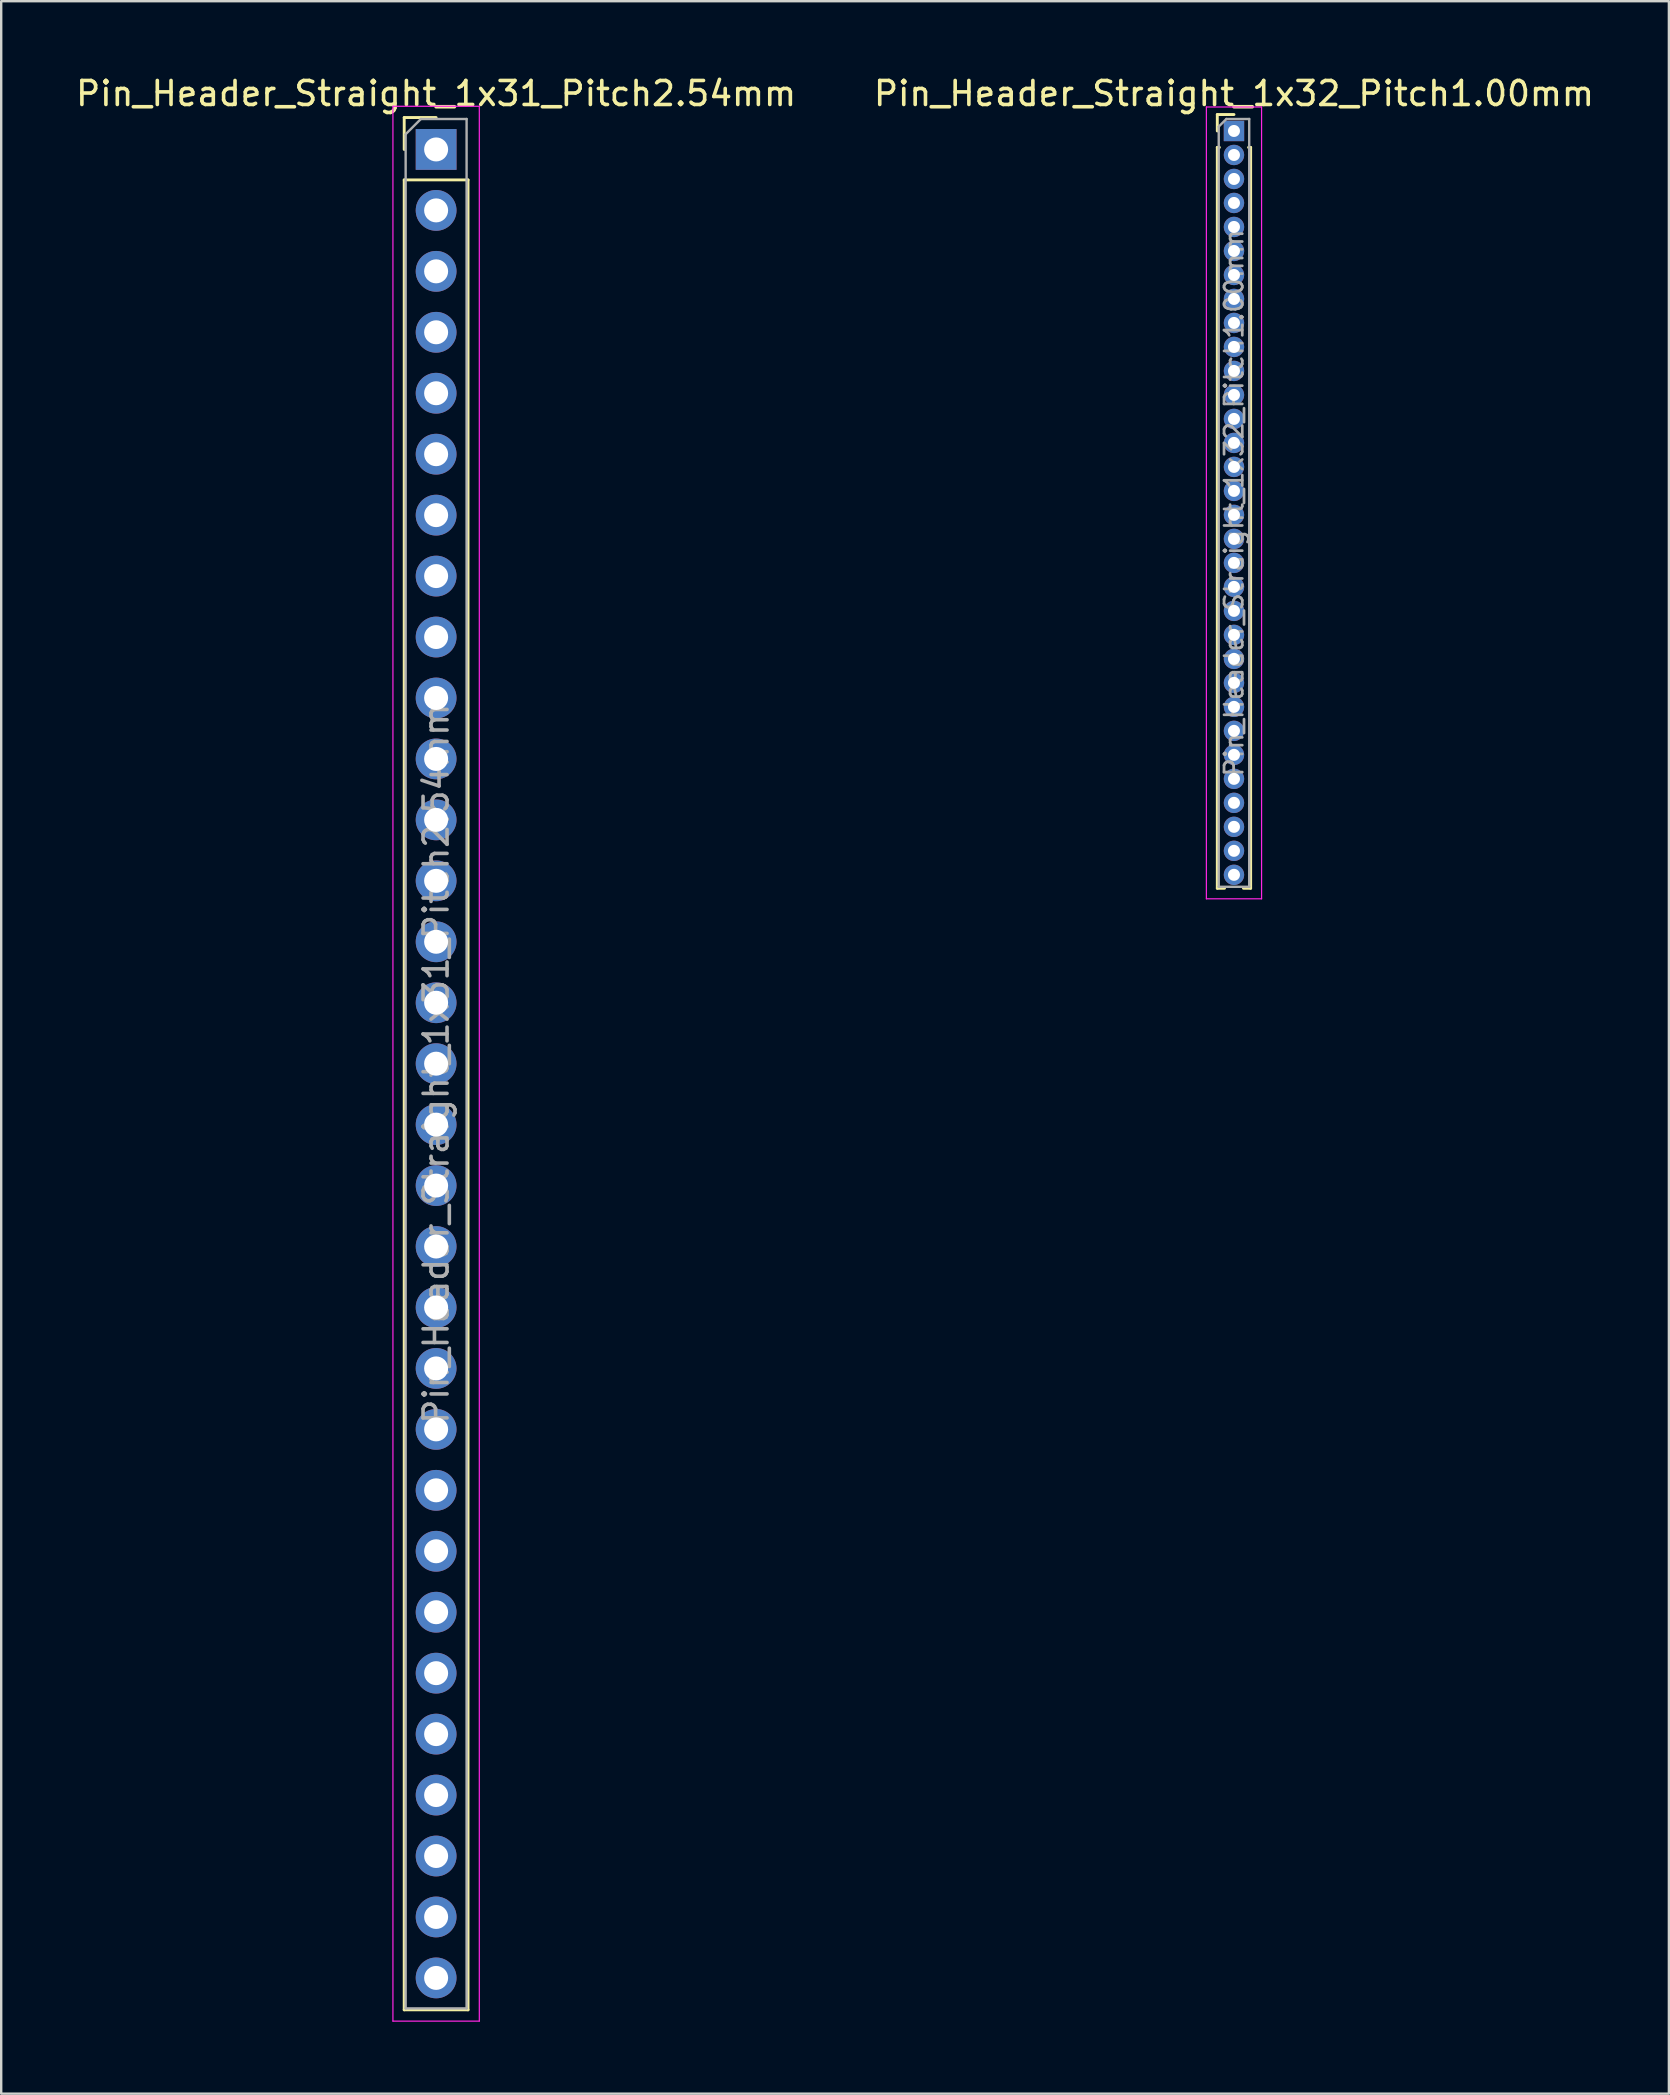
<source format=kicad_pcb>
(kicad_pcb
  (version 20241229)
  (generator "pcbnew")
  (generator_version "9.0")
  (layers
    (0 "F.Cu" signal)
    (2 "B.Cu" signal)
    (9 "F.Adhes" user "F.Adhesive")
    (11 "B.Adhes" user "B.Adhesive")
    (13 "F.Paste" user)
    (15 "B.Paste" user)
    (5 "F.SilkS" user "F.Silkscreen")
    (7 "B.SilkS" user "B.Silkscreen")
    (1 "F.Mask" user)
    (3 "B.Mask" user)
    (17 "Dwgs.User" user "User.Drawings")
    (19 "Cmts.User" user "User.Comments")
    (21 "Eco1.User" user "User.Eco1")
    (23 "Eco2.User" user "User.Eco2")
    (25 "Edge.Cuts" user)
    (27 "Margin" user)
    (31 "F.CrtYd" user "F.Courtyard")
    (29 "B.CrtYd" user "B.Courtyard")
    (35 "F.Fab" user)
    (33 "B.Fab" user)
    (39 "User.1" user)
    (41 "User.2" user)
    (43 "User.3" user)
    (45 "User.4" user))
  (footprint "Pin_Header_Straight_1x32_Pitch1.00mm"
    (layer "F.Cu")
    (at 48.375 2.408)
    (property "Reference" "Pin_Header_Straight_1x32_Pitch1.00mm" (at 0 -1.56 0) (layer "F.SilkS") (effects (font (size 1 1) (thickness 0.15))))
    (attr through_hole)
    (fp_line (start -0.695 -0.685) (end 0 -0.685) (stroke (width 0.12) (type solid)) (layer "F.SilkS"))
    (fp_line (start -0.695 0) (end -0.695 -0.685) (stroke (width 0.12) (type solid)) (layer "F.SilkS"))
    (fp_line (start -0.695 0.685) (end -0.695 31.56) (stroke (width 0.12) (type solid)) (layer "F.SilkS"))
    (fp_line (start -0.695 0.685) (end -0.608 0.685) (stroke (width 0.12) (type solid)) (layer "F.SilkS"))
    (fp_line (start -0.695 31.56) (end -0.394 31.56) (stroke (width 0.12) (type solid)) (layer "F.SilkS"))
    (fp_line (start 0.394 31.56) (end 0.695 31.56) (stroke (width 0.12) (type solid)) (layer "F.SilkS"))
    (fp_line (start 0.608 0.685) (end 0.695 0.685) (stroke (width 0.12) (type solid)) (layer "F.SilkS"))
    (fp_line (start 0.695 0.685) (end 0.695 31.56) (stroke (width 0.12) (type solid)) (layer "F.SilkS"))
    (fp_line (start -1.15 -1) (end -1.15 32) (stroke (width 0.05) (type solid)) (layer "F.CrtYd"))
    (fp_line (start -1.15 32) (end 1.15 32) (stroke (width 0.05) (type solid)) (layer "F.CrtYd"))
    (fp_line (start 1.15 -1) (end -1.15 -1) (stroke (width 0.05) (type solid)) (layer "F.CrtYd"))
    (fp_line (start 1.15 32) (end 1.15 -1) (stroke (width 0.05) (type solid)) (layer "F.CrtYd"))
    (fp_line (start -0.635 -0.182) (end -0.318 -0.5) (stroke (width 0.1) (type solid)) (layer "F.Fab"))
    (fp_line (start -0.635 31.5) (end -0.635 -0.182) (stroke (width 0.1) (type solid)) (layer "F.Fab"))
    (fp_line (start -0.318 -0.5) (end 0.635 -0.5) (stroke (width 0.1) (type solid)) (layer "F.Fab"))
    (fp_line (start 0.635 -0.5) (end 0.635 31.5) (stroke (width 0.1) (type solid)) (layer "F.Fab"))
    (fp_line (start 0.635 31.5) (end -0.635 31.5) (stroke (width 0.1) (type solid)) (layer "F.Fab"))
    (fp_text user "${REFERENCE}" (at 0 15.5 90) (layer "F.Fab") (effects (font (size 0.76 0.76) (thickness 0.114))))
    (pad "1" thru_hole rect (at 0 0) (size 0.85 0.85) (drill 0.5) (layers "*.Cu" "*.Mask"))
    (pad "2" thru_hole oval (at 0 1) (size 0.85 0.85) (drill 0.5) (layers "*.Cu" "*.Mask"))
    (pad "3" thru_hole oval (at 0 2) (size 0.85 0.85) (drill 0.5) (layers "*.Cu" "*.Mask"))
    (pad "4" thru_hole oval (at 0 3) (size 0.85 0.85) (drill 0.5) (layers "*.Cu" "*.Mask"))
    (pad "5" thru_hole oval (at 0 4) (size 0.85 0.85) (drill 0.5) (layers "*.Cu" "*.Mask"))
    (pad "6" thru_hole oval (at 0 5) (size 0.85 0.85) (drill 0.5) (layers "*.Cu" "*.Mask"))
    (pad "7" thru_hole oval (at 0 6) (size 0.85 0.85) (drill 0.5) (layers "*.Cu" "*.Mask"))
    (pad "8" thru_hole oval (at 0 7) (size 0.85 0.85) (drill 0.5) (layers "*.Cu" "*.Mask"))
    (pad "9" thru_hole oval (at 0 8) (size 0.85 0.85) (drill 0.5) (layers "*.Cu" "*.Mask"))
    (pad "10" thru_hole oval (at 0 9) (size 0.85 0.85) (drill 0.5) (layers "*.Cu" "*.Mask"))
    (pad "11" thru_hole oval (at 0 10) (size 0.85 0.85) (drill 0.5) (layers "*.Cu" "*.Mask"))
    (pad "12" thru_hole oval (at 0 11) (size 0.85 0.85) (drill 0.5) (layers "*.Cu" "*.Mask"))
    (pad "13" thru_hole oval (at 0 12) (size 0.85 0.85) (drill 0.5) (layers "*.Cu" "*.Mask"))
    (pad "14" thru_hole oval (at 0 13) (size 0.85 0.85) (drill 0.5) (layers "*.Cu" "*.Mask"))
    (pad "15" thru_hole oval (at 0 14) (size 0.85 0.85) (drill 0.5) (layers "*.Cu" "*.Mask"))
    (pad "16" thru_hole oval (at 0 15) (size 0.85 0.85) (drill 0.5) (layers "*.Cu" "*.Mask"))
    (pad "17" thru_hole oval (at 0 16) (size 0.85 0.85) (drill 0.5) (layers "*.Cu" "*.Mask"))
    (pad "18" thru_hole oval (at 0 17) (size 0.85 0.85) (drill 0.5) (layers "*.Cu" "*.Mask"))
    (pad "19" thru_hole oval (at 0 18) (size 0.85 0.85) (drill 0.5) (layers "*.Cu" "*.Mask"))
    (pad "20" thru_hole oval (at 0 19) (size 0.85 0.85) (drill 0.5) (layers "*.Cu" "*.Mask"))
    (pad "21" thru_hole oval (at 0 20) (size 0.85 0.85) (drill 0.5) (layers "*.Cu" "*.Mask"))
    (pad "22" thru_hole oval (at 0 21) (size 0.85 0.85) (drill 0.5) (layers "*.Cu" "*.Mask"))
    (pad "23" thru_hole oval (at 0 22) (size 0.85 0.85) (drill 0.5) (layers "*.Cu" "*.Mask"))
    (pad "24" thru_hole oval (at 0 23) (size 0.85 0.85) (drill 0.5) (layers "*.Cu" "*.Mask"))
    (pad "25" thru_hole oval (at 0 24) (size 0.85 0.85) (drill 0.5) (layers "*.Cu" "*.Mask"))
    (pad "26" thru_hole oval (at 0 25) (size 0.85 0.85) (drill 0.5) (layers "*.Cu" "*.Mask"))
    (pad "27" thru_hole oval (at 0 26) (size 0.85 0.85) (drill 0.5) (layers "*.Cu" "*.Mask"))
    (pad "28" thru_hole oval (at 0 27) (size 0.85 0.85) (drill 0.5) (layers "*.Cu" "*.Mask"))
    (pad "29" thru_hole oval (at 0 28) (size 0.85 0.85) (drill 0.5) (layers "*.Cu" "*.Mask"))
    (pad "30" thru_hole oval (at 0 29) (size 0.85 0.85) (drill 0.5) (layers "*.Cu" "*.Mask"))
    (pad "31" thru_hole oval (at 0 30) (size 0.85 0.85) (drill 0.5) (layers "*.Cu" "*.Mask"))
    (pad "32" thru_hole oval (at 0 31) (size 0.85 0.85) (drill 0.5) (layers "*.Cu" "*.Mask")))
  (footprint "Pin_Header_Straight_1x31_Pitch2.54mm"
    (layer "F.Cu")
    (at 15.125 3.178)
    (property "Reference" "Pin_Header_Straight_1x31_Pitch2.54mm" (at 0 -2.33 0) (layer "F.SilkS") (effects (font (size 1 1) (thickness 0.15))))
    (attr through_hole)
    (fp_line (start -1.33 -1.33) (end 0 -1.33) (stroke (width 0.12) (type solid)) (layer "F.SilkS"))
    (fp_line (start -1.33 0) (end -1.33 -1.33) (stroke (width 0.12) (type solid)) (layer "F.SilkS"))
    (fp_line (start -1.33 1.27) (end -1.33 77.53) (stroke (width 0.12) (type solid)) (layer "F.SilkS"))
    (fp_line (start -1.33 1.27) (end 1.33 1.27) (stroke (width 0.12) (type solid)) (layer "F.SilkS"))
    (fp_line (start -1.33 77.53) (end 1.33 77.53) (stroke (width 0.12) (type solid)) (layer "F.SilkS"))
    (fp_line (start 1.33 1.27) (end 1.33 77.53) (stroke (width 0.12) (type solid)) (layer "F.SilkS"))
    (fp_line (start -1.8 -1.8) (end -1.8 78) (stroke (width 0.05) (type solid)) (layer "F.CrtYd"))
    (fp_line (start -1.8 78) (end 1.8 78) (stroke (width 0.05) (type solid)) (layer "F.CrtYd"))
    (fp_line (start 1.8 -1.8) (end -1.8 -1.8) (stroke (width 0.05) (type solid)) (layer "F.CrtYd"))
    (fp_line (start 1.8 78) (end 1.8 -1.8) (stroke (width 0.05) (type solid)) (layer "F.CrtYd"))
    (fp_line (start -1.27 -0.635) (end -0.635 -1.27) (stroke (width 0.1) (type solid)) (layer "F.Fab"))
    (fp_line (start -1.27 77.47) (end -1.27 -0.635) (stroke (width 0.1) (type solid)) (layer "F.Fab"))
    (fp_line (start -0.635 -1.27) (end 1.27 -1.27) (stroke (width 0.1) (type solid)) (layer "F.Fab"))
    (fp_line (start 1.27 -1.27) (end 1.27 77.47) (stroke (width 0.1) (type solid)) (layer "F.Fab"))
    (fp_line (start 1.27 77.47) (end -1.27 77.47) (stroke (width 0.1) (type solid)) (layer "F.Fab"))
    (fp_text user "${REFERENCE}" (at 0 38.1 90) (layer "F.Fab") (effects (font (size 1 1) (thickness 0.15))))
    (pad "1" thru_hole rect (at 0 0) (size 1.7 1.7) (drill 1) (layers "*.Cu" "*.Mask"))
    (pad "2" thru_hole oval (at 0 2.54) (size 1.7 1.7) (drill 1) (layers "*.Cu" "*.Mask"))
    (pad "3" thru_hole oval (at 0 5.08) (size 1.7 1.7) (drill 1) (layers "*.Cu" "*.Mask"))
    (pad "4" thru_hole oval (at 0 7.62) (size 1.7 1.7) (drill 1) (layers "*.Cu" "*.Mask"))
    (pad "5" thru_hole oval (at 0 10.16) (size 1.7 1.7) (drill 1) (layers "*.Cu" "*.Mask"))
    (pad "6" thru_hole oval (at 0 12.7) (size 1.7 1.7) (drill 1) (layers "*.Cu" "*.Mask"))
    (pad "7" thru_hole oval (at 0 15.24) (size 1.7 1.7) (drill 1) (layers "*.Cu" "*.Mask"))
    (pad "8" thru_hole oval (at 0 17.78) (size 1.7 1.7) (drill 1) (layers "*.Cu" "*.Mask"))
    (pad "9" thru_hole oval (at 0 20.32) (size 1.7 1.7) (drill 1) (layers "*.Cu" "*.Mask"))
    (pad "10" thru_hole oval (at 0 22.86) (size 1.7 1.7) (drill 1) (layers "*.Cu" "*.Mask"))
    (pad "11" thru_hole oval (at 0 25.4) (size 1.7 1.7) (drill 1) (layers "*.Cu" "*.Mask"))
    (pad "12" thru_hole oval (at 0 27.94) (size 1.7 1.7) (drill 1) (layers "*.Cu" "*.Mask"))
    (pad "13" thru_hole oval (at 0 30.48) (size 1.7 1.7) (drill 1) (layers "*.Cu" "*.Mask"))
    (pad "14" thru_hole oval (at 0 33.02) (size 1.7 1.7) (drill 1) (layers "*.Cu" "*.Mask"))
    (pad "15" thru_hole oval (at 0 35.56) (size 1.7 1.7) (drill 1) (layers "*.Cu" "*.Mask"))
    (pad "16" thru_hole oval (at 0 38.1) (size 1.7 1.7) (drill 1) (layers "*.Cu" "*.Mask"))
    (pad "17" thru_hole oval (at 0 40.64) (size 1.7 1.7) (drill 1) (layers "*.Cu" "*.Mask"))
    (pad "18" thru_hole oval (at 0 43.18) (size 1.7 1.7) (drill 1) (layers "*.Cu" "*.Mask"))
    (pad "19" thru_hole oval (at 0 45.72) (size 1.7 1.7) (drill 1) (layers "*.Cu" "*.Mask"))
    (pad "20" thru_hole oval (at 0 48.26) (size 1.7 1.7) (drill 1) (layers "*.Cu" "*.Mask"))
    (pad "21" thru_hole oval (at 0 50.8) (size 1.7 1.7) (drill 1) (layers "*.Cu" "*.Mask"))
    (pad "22" thru_hole oval (at 0 53.34) (size 1.7 1.7) (drill 1) (layers "*.Cu" "*.Mask"))
    (pad "23" thru_hole oval (at 0 55.88) (size 1.7 1.7) (drill 1) (layers "*.Cu" "*.Mask"))
    (pad "24" thru_hole oval (at 0 58.42) (size 1.7 1.7) (drill 1) (layers "*.Cu" "*.Mask"))
    (pad "25" thru_hole oval (at 0 60.96) (size 1.7 1.7) (drill 1) (layers "*.Cu" "*.Mask"))
    (pad "26" thru_hole oval (at 0 63.5) (size 1.7 1.7) (drill 1) (layers "*.Cu" "*.Mask"))
    (pad "27" thru_hole oval (at 0 66.04) (size 1.7 1.7) (drill 1) (layers "*.Cu" "*.Mask"))
    (pad "28" thru_hole oval (at 0 68.58) (size 1.7 1.7) (drill 1) (layers "*.Cu" "*.Mask"))
    (pad "29" thru_hole oval (at 0 71.12) (size 1.7 1.7) (drill 1) (layers "*.Cu" "*.Mask"))
    (pad "30" thru_hole oval (at 0 73.66) (size 1.7 1.7) (drill 1) (layers "*.Cu" "*.Mask"))
    (pad "31" thru_hole oval (at 0 76.2) (size 1.7 1.7) (drill 1) (layers "*.Cu" "*.Mask")))
  (gr_rect
    (start -3 -3)
    (end 66.5 84.203)
    (stroke (width 0.1) (type default))
    (fill no)
    (layer "Edge.Cuts")))
</source>
